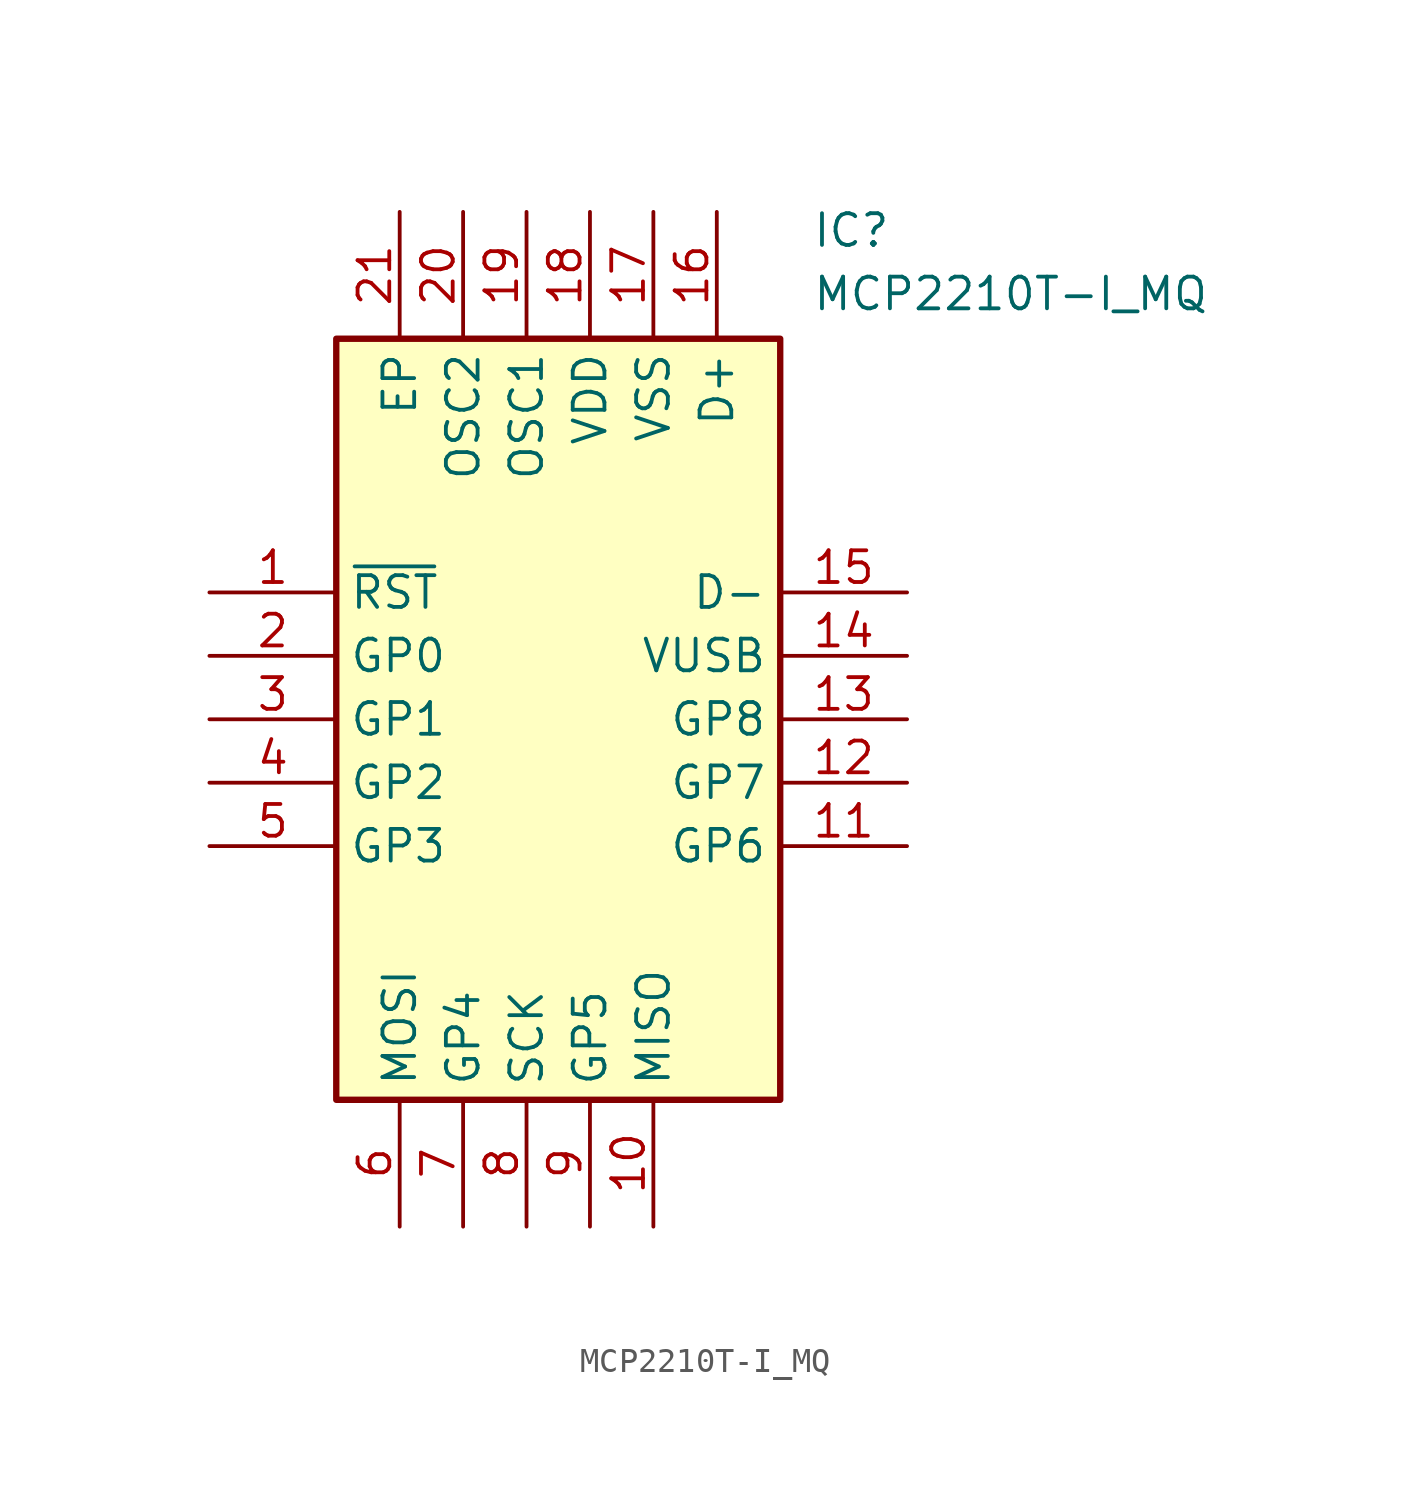
<source format=kicad_sym>
(kicad_symbol_lib
  (version 20211014)
  (generator SamacSys_ECAD_Model)
  (symbol "MCP2210T-I_MQ"
    (property "Reference" "IC"
      (at 24.13 15.24 0)
      (effects (font (size 1.27 1.27)) (justify left top)))
    (property "Value" "MCP2210T-I_MQ"
      (at 24.13 12.7 0)
      (effects (font (size 1.27 1.27)) (justify left top)))
    (rectangle
      (start 5.08 10.16)
      (end 22.86 -20.32)
      (stroke (width 0.254) (type default))
      (fill (type background)))
    (pin passive line
      (at 0 0 0)
      (length 5.08)
      (name "~{RST}" (effects (font (size 1.27 1.27))))
      (number "1" (effects (font (size 1.27 1.27)))))
    (pin passive line
      (at 0 -2.54 0)
      (length 5.08)
      (name "GP0" (effects (font (size 1.27 1.27))))
      (number "2" (effects (font (size 1.27 1.27)))))
    (pin passive line
      (at 0 -5.08 0)
      (length 5.08)
      (name "GP1" (effects (font (size 1.27 1.27))))
      (number "3" (effects (font (size 1.27 1.27)))))
    (pin passive line
      (at 0 -7.62 0)
      (length 5.08)
      (name "GP2" (effects (font (size 1.27 1.27))))
      (number "4" (effects (font (size 1.27 1.27)))))
    (pin passive line
      (at 0 -10.16 0)
      (length 5.08)
      (name "GP3" (effects (font (size 1.27 1.27))))
      (number "5" (effects (font (size 1.27 1.27)))))
    (pin passive line
      (at 7.62 -25.4 90)
      (length 5.08)
      (name "MOSI" (effects (font (size 1.27 1.27))))
      (number "6" (effects (font (size 1.27 1.27)))))
    (pin passive line
      (at 10.16 -25.4 90)
      (length 5.08)
      (name "GP4" (effects (font (size 1.27 1.27))))
      (number "7" (effects (font (size 1.27 1.27)))))
    (pin passive line
      (at 12.7 -25.4 90)
      (length 5.08)
      (name "SCK" (effects (font (size 1.27 1.27))))
      (number "8" (effects (font (size 1.27 1.27)))))
    (pin passive line
      (at 15.24 -25.4 90)
      (length 5.08)
      (name "GP5" (effects (font (size 1.27 1.27))))
      (number "9" (effects (font (size 1.27 1.27)))))
    (pin passive line
      (at 17.78 -25.4 90)
      (length 5.08)
      (name "MISO" (effects (font (size 1.27 1.27))))
      (number "10" (effects (font (size 1.27 1.27)))))
    (pin passive line
      (at 27.94 0 180)
      (length 5.08)
      (name "D-" (effects (font (size 1.27 1.27))))
      (number "15" (effects (font (size 1.27 1.27)))))
    (pin passive line
      (at 27.94 -2.54 180)
      (length 5.08)
      (name "VUSB" (effects (font (size 1.27 1.27))))
      (number "14" (effects (font (size 1.27 1.27)))))
    (pin passive line
      (at 27.94 -5.08 180)
      (length 5.08)
      (name "GP8" (effects (font (size 1.27 1.27))))
      (number "13" (effects (font (size 1.27 1.27)))))
    (pin passive line
      (at 27.94 -7.62 180)
      (length 5.08)
      (name "GP7" (effects (font (size 1.27 1.27))))
      (number "12" (effects (font (size 1.27 1.27)))))
    (pin passive line
      (at 27.94 -10.16 180)
      (length 5.08)
      (name "GP6" (effects (font (size 1.27 1.27))))
      (number "11" (effects (font (size 1.27 1.27)))))
    (pin passive line
      (at 7.62 15.24 270)
      (length 5.08)
      (name "EP" (effects (font (size 1.27 1.27))))
      (number "21" (effects (font (size 1.27 1.27)))))
    (pin passive line
      (at 10.16 15.24 270)
      (length 5.08)
      (name "OSC2" (effects (font (size 1.27 1.27))))
      (number "20" (effects (font (size 1.27 1.27)))))
    (pin passive line
      (at 12.7 15.24 270)
      (length 5.08)
      (name "OSC1" (effects (font (size 1.27 1.27))))
      (number "19" (effects (font (size 1.27 1.27)))))
    (pin passive line
      (at 15.24 15.24 270)
      (length 5.08)
      (name "VDD" (effects (font (size 1.27 1.27))))
      (number "18" (effects (font (size 1.27 1.27)))))
    (pin passive line
      (at 17.78 15.24 270)
      (length 5.08)
      (name "VSS" (effects (font (size 1.27 1.27))))
      (number "17" (effects (font (size 1.27 1.27)))))
    (pin passive line
      (at 20.32 15.24 270)
      (length 5.08)
      (name "D+" (effects (font (size 1.27 1.27))))
      (number "16" (effects (font (size 1.27 1.27)))))))
</source>
